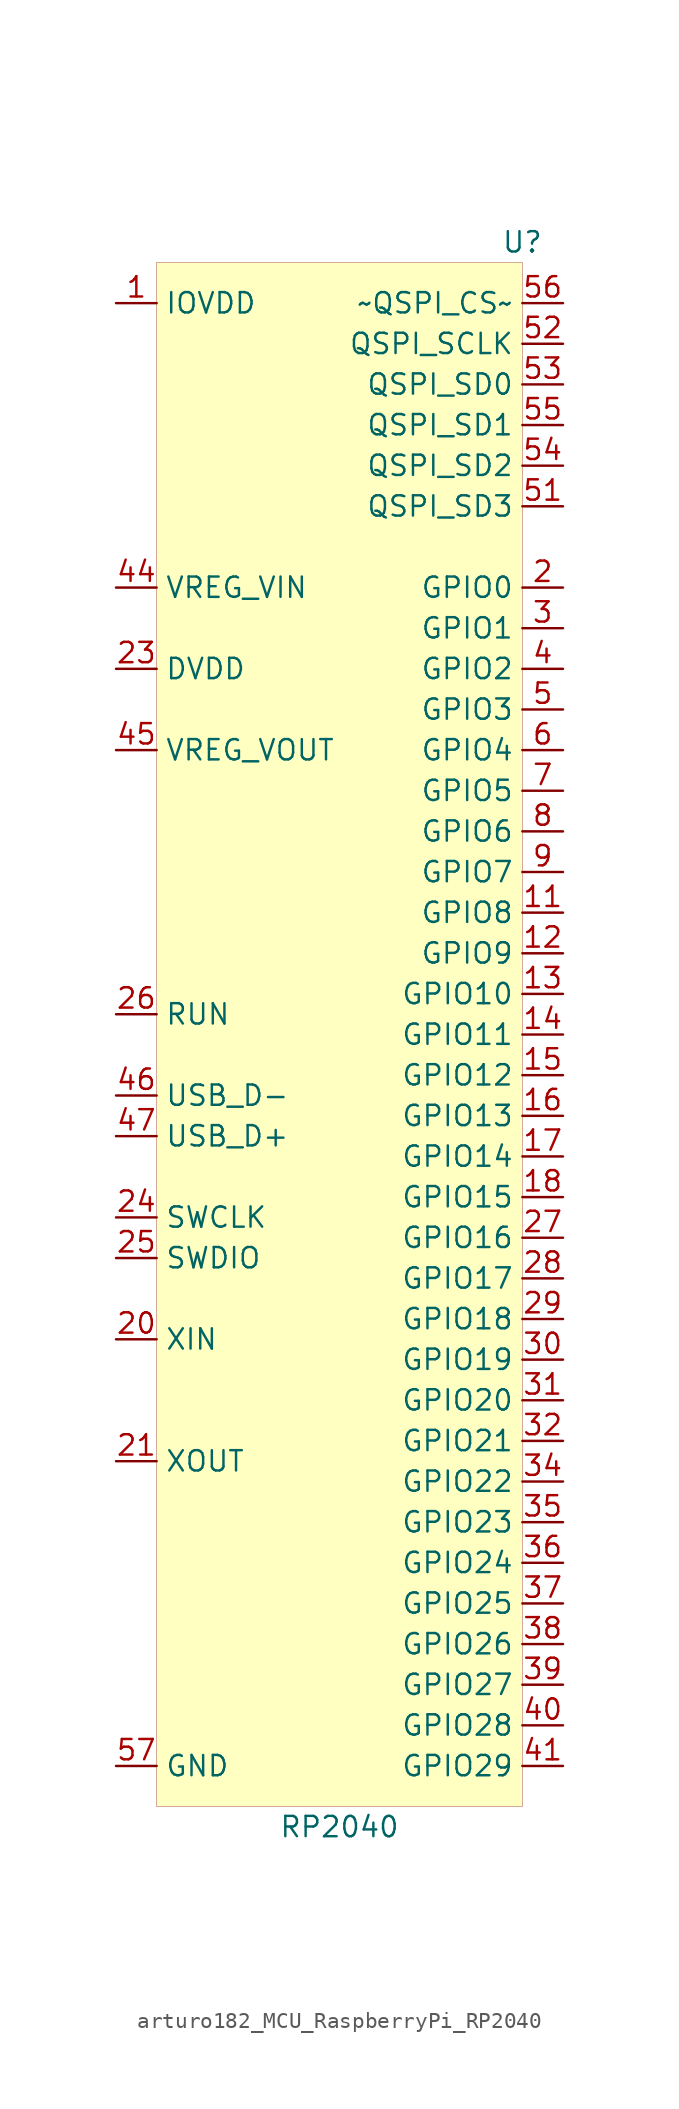
<source format=kicad_sym>
(kicad_symbol_lib
  (version 20220914)
  (generator kicad_symbol_editor)
  (symbol "MCU_RaspberryPi:arturo182_MCU_RaspberryPi_RP2040"
    (property "Reference" "U"
      (at 11.43 1.27 0)
      (effects (font (size 1.27 1.27))))
    (property "Value" "RP2040"
      (at 0 -97.79 0)
      (effects (font (size 1.27 1.27))))
    (symbol "arturo182_MCU_RaspberryPi_RP2040_0_0"
      (pin power_in line (at -13.97 -2.54 0) (length 2.54) (name "IOVDD" (effects (font (size 1.27 1.27)))) (number "1" (effects (font (size 1.27 1.27)))))
      (pin bidirectional line (at 13.97 -20.32 180) (length 2.54) (name "GPIO0" (effects (font (size 1.27 1.27)))) (number "2" (effects (font (size 1.27 1.27)))))
      (pin bidirectional line (at 13.97 -22.86 180) (length 2.54) (name "GPIO1" (effects (font (size 1.27 1.27)))) (number "3" (effects (font (size 1.27 1.27)))))
      (pin bidirectional line (at 13.97 -25.4 180) (length 2.54) (name "GPIO2" (effects (font (size 1.27 1.27)))) (number "4" (effects (font (size 1.27 1.27)))))
      (pin bidirectional line (at 13.97 -27.94 180) (length 2.54) (name "GPIO3" (effects (font (size 1.27 1.27)))) (number "5" (effects (font (size 1.27 1.27)))))
      (pin bidirectional line (at 13.97 -30.48 180) (length 2.54) (name "GPIO4" (effects (font (size 1.27 1.27)))) (number "6" (effects (font (size 1.27 1.27)))))
      (pin bidirectional line (at 13.97 -33.02 180) (length 2.54) (name "GPIO5" (effects (font (size 1.27 1.27)))) (number "7" (effects (font (size 1.27 1.27)))))
      (pin bidirectional line (at 13.97 -35.56 180) (length 2.54) (name "GPIO6" (effects (font (size 1.27 1.27)))) (number "8" (effects (font (size 1.27 1.27)))))
      (pin bidirectional line (at 13.97 -38.1 180) (length 2.54) (name "GPIO7" (effects (font (size 1.27 1.27)))) (number "9" (effects (font (size 1.27 1.27)))))
      (pin passive line (at -13.97 -2.54 0) (length 2.54) hide (name "IOVDD" (effects (font (size 1.27 1.27)))) (number "10" (effects (font (size 1.27 1.27)))))
      (pin bidirectional line (at 13.97 -40.64 180) (length 2.54) (name "GPIO8" (effects (font (size 1.27 1.27)))) (number "11" (effects (font (size 1.27 1.27))))))
    (symbol "arturo182_MCU_RaspberryPi_RP2040_0_1"
      (rectangle (start -11.43 0) (end 11.43 -96.52) (stroke (width 0.001)) (fill (type background))))
    (symbol "arturo182_MCU_RaspberryPi_RP2040_1_1"
      (pin bidirectional line (at 13.97 -43.18 180) (length 2.54) (name "GPIO9" (effects (font (size 1.27 1.27)))) (number "12" (effects (font (size 1.27 1.27)))))
      (pin bidirectional line (at 13.97 -45.72 180) (length 2.54) (name "GPIO10" (effects (font (size 1.27 1.27)))) (number "13" (effects (font (size 1.27 1.27)))))
      (pin bidirectional line (at 13.97 -48.26 180) (length 2.54) (name "GPIO11" (effects (font (size 1.27 1.27)))) (number "14" (effects (font (size 1.27 1.27)))))
      (pin bidirectional line (at 13.97 -50.8 180) (length 2.54) (name "GPIO12" (effects (font (size 1.27 1.27)))) (number "15" (effects (font (size 1.27 1.27)))))
      (pin bidirectional line (at 13.97 -53.34 180) (length 2.54) (name "GPIO13" (effects (font (size 1.27 1.27)))) (number "16" (effects (font (size 1.27 1.27)))))
      (pin bidirectional line (at 13.97 -55.88 180) (length 2.54) (name "GPIO14" (effects (font (size 1.27 1.27)))) (number "17" (effects (font (size 1.27 1.27)))))
      (pin bidirectional line (at 13.97 -58.42 180) (length 2.54) (name "GPIO15" (effects (font (size 1.27 1.27)))) (number "18" (effects (font (size 1.27 1.27)))))
      (pin passive line (at -13.97 -93.98 0) (length 2.54) hide (name "TESTEN" (effects (font (size 1.27 1.27)))) (number "19" (effects (font (size 1.27 1.27)))))
      (pin input line (at -13.97 -67.31 0) (length 2.54) (name "XIN" (effects (font (size 1.27 1.27)))) (number "20" (effects (font (size 1.27 1.27)))))
      (pin output line (at -13.97 -74.93 0) (length 2.54) (name "XOUT" (effects (font (size 1.27 1.27)))) (number "21" (effects (font (size 1.27 1.27)))))
      (pin passive line (at -13.97 -2.54 0) (length 2.54) hide (name "IOVDD" (effects (font (size 1.27 1.27)))) (number "22" (effects (font (size 1.27 1.27)))))
      (pin power_in line (at -13.97 -25.4 0) (length 2.54) (name "DVDD" (effects (font (size 1.27 1.27)))) (number "23" (effects (font (size 1.27 1.27)))))
      (pin input line (at -13.97 -59.69 0) (length 2.54) (name "SWCLK" (effects (font (size 1.27 1.27)))) (number "24" (effects (font (size 1.27 1.27)))))
      (pin bidirectional line (at -13.97 -62.23 0) (length 2.54) (name "SWDIO" (effects (font (size 1.27 1.27)))) (number "25" (effects (font (size 1.27 1.27)))))
      (pin input line (at -13.97 -46.99 0) (length 2.54) (name "RUN" (effects (font (size 1.27 1.27)))) (number "26" (effects (font (size 1.27 1.27)))))
      (pin bidirectional line (at 13.97 -60.96 180) (length 2.54) (name "GPIO16" (effects (font (size 1.27 1.27)))) (number "27" (effects (font (size 1.27 1.27)))))
      (pin bidirectional line (at 13.97 -63.5 180) (length 2.54) (name "GPIO17" (effects (font (size 1.27 1.27)))) (number "28" (effects (font (size 1.27 1.27)))))
      (pin bidirectional line (at 13.97 -66.04 180) (length 2.54) (name "GPIO18" (effects (font (size 1.27 1.27)))) (number "29" (effects (font (size 1.27 1.27)))))
      (pin bidirectional line (at 13.97 -68.58 180) (length 2.54) (name "GPIO19" (effects (font (size 1.27 1.27)))) (number "30" (effects (font (size 1.27 1.27)))))
      (pin bidirectional line (at 13.97 -71.12 180) (length 2.54) (name "GPIO20" (effects (font (size 1.27 1.27)))) (number "31" (effects (font (size 1.27 1.27)))))
      (pin bidirectional line (at 13.97 -73.66 180) (length 2.54) (name "GPIO21" (effects (font (size 1.27 1.27)))) (number "32" (effects (font (size 1.27 1.27)))))
      (pin passive line (at -13.97 -2.54 0) (length 2.54) hide (name "IOVDD" (effects (font (size 1.27 1.27)))) (number "33" (effects (font (size 1.27 1.27)))))
      (pin bidirectional line (at 13.97 -76.2 180) (length 2.54) (name "GPIO22" (effects (font (size 1.27 1.27)))) (number "34" (effects (font (size 1.27 1.27)))))
      (pin bidirectional line (at 13.97 -78.74 180) (length 2.54) (name "GPIO23" (effects (font (size 1.27 1.27)))) (number "35" (effects (font (size 1.27 1.27)))))
      (pin bidirectional line (at 13.97 -81.28 180) (length 2.54) (name "GPIO24" (effects (font (size 1.27 1.27)))) (number "36" (effects (font (size 1.27 1.27)))))
      (pin bidirectional line (at 13.97 -83.82 180) (length 2.54) (name "GPIO25" (effects (font (size 1.27 1.27)))) (number "37" (effects (font (size 1.27 1.27)))))
      (pin bidirectional line (at 13.97 -86.36 180) (length 2.54) (name "GPIO26" (effects (font (size 1.27 1.27)))) (number "38" (effects (font (size 1.27 1.27)))))
      (pin bidirectional line (at 13.97 -88.9 180) (length 2.54) (name "GPIO27" (effects (font (size 1.27 1.27)))) (number "39" (effects (font (size 1.27 1.27)))))
      (pin bidirectional line (at 13.97 -91.44 180) (length 2.54) (name "GPIO28" (effects (font (size 1.27 1.27)))) (number "40" (effects (font (size 1.27 1.27)))))
      (pin bidirectional line (at 13.97 -93.98 180) (length 2.54) (name "GPIO29" (effects (font (size 1.27 1.27)))) (number "41" (effects (font (size 1.27 1.27)))))
      (pin passive line (at -13.97 -2.54 0) (length 2.54) hide (name "IOVDD" (effects (font (size 1.27 1.27)))) (number "42" (effects (font (size 1.27 1.27)))))
      (pin passive line (at -13.97 -2.54 0) (length 2.54) hide (name "ADC_AVDD" (effects (font (size 1.27 1.27)))) (number "43" (effects (font (size 1.27 1.27)))))
      (pin power_in line (at -13.97 -20.32 0) (length 2.54) (name "VREG_VIN" (effects (font (size 1.27 1.27)))) (number "44" (effects (font (size 1.27 1.27)))))
      (pin power_out line (at -13.97 -30.48 0) (length 2.54) (name "VREG_VOUT" (effects (font (size 1.27 1.27)))) (number "45" (effects (font (size 1.27 1.27)))))
      (pin bidirectional line (at -13.97 -52.07 0) (length 2.54) (name "USB_D-" (effects (font (size 1.27 1.27)))) (number "46" (effects (font (size 1.27 1.27)))))
      (pin bidirectional line (at -13.97 -54.61 0) (length 2.54) (name "USB_D+" (effects (font (size 1.27 1.27)))) (number "47" (effects (font (size 1.27 1.27)))))
      (pin passive line (at -13.97 -2.54 0) (length 2.54) hide (name "USB_VDD" (effects (font (size 1.27 1.27)))) (number "48" (effects (font (size 1.27 1.27)))))
      (pin passive line (at -13.97 -2.54 0) (length 2.54) hide (name "IOVDD" (effects (font (size 1.27 1.27)))) (number "49" (effects (font (size 1.27 1.27)))))
      (pin passive line (at -13.97 -25.4 0) (length 2.54) hide (name "DVDD" (effects (font (size 1.27 1.27)))) (number "50" (effects (font (size 1.27 1.27)))))
      (pin bidirectional line (at 13.97 -15.24 180) (length 2.54) (name "QSPI_SD3" (effects (font (size 1.27 1.27)))) (number "51" (effects (font (size 1.27 1.27)))))
      (pin output line (at 13.97 -5.08 180) (length 2.54) (name "QSPI_SCLK" (effects (font (size 1.27 1.27)))) (number "52" (effects (font (size 1.27 1.27)))))
      (pin bidirectional line (at 13.97 -7.62 180) (length 2.54) (name "QSPI_SD0" (effects (font (size 1.27 1.27)))) (number "53" (effects (font (size 1.27 1.27)))))
      (pin bidirectional line (at 13.97 -12.7 180) (length 2.54) (name "QSPI_SD2" (effects (font (size 1.27 1.27)))) (number "54" (effects (font (size 1.27 1.27)))))
      (pin bidirectional line (at 13.97 -10.16 180) (length 2.54) (name "QSPI_SD1" (effects (font (size 1.27 1.27)))) (number "55" (effects (font (size 1.27 1.27)))))
      (pin input line (at 13.97 -2.54 180) (length 2.54) (name "~QSPI_CS~" (effects (font (size 1.27 1.27)))) (number "56" (effects (font (size 1.27 1.27)))))
      (pin power_in line (at -13.97 -93.98 0) (length 2.54) (name "GND" (effects (font (size 1.27 1.27)))) (number "57" (effects (font (size 1.27 1.27))))))))
</source>
